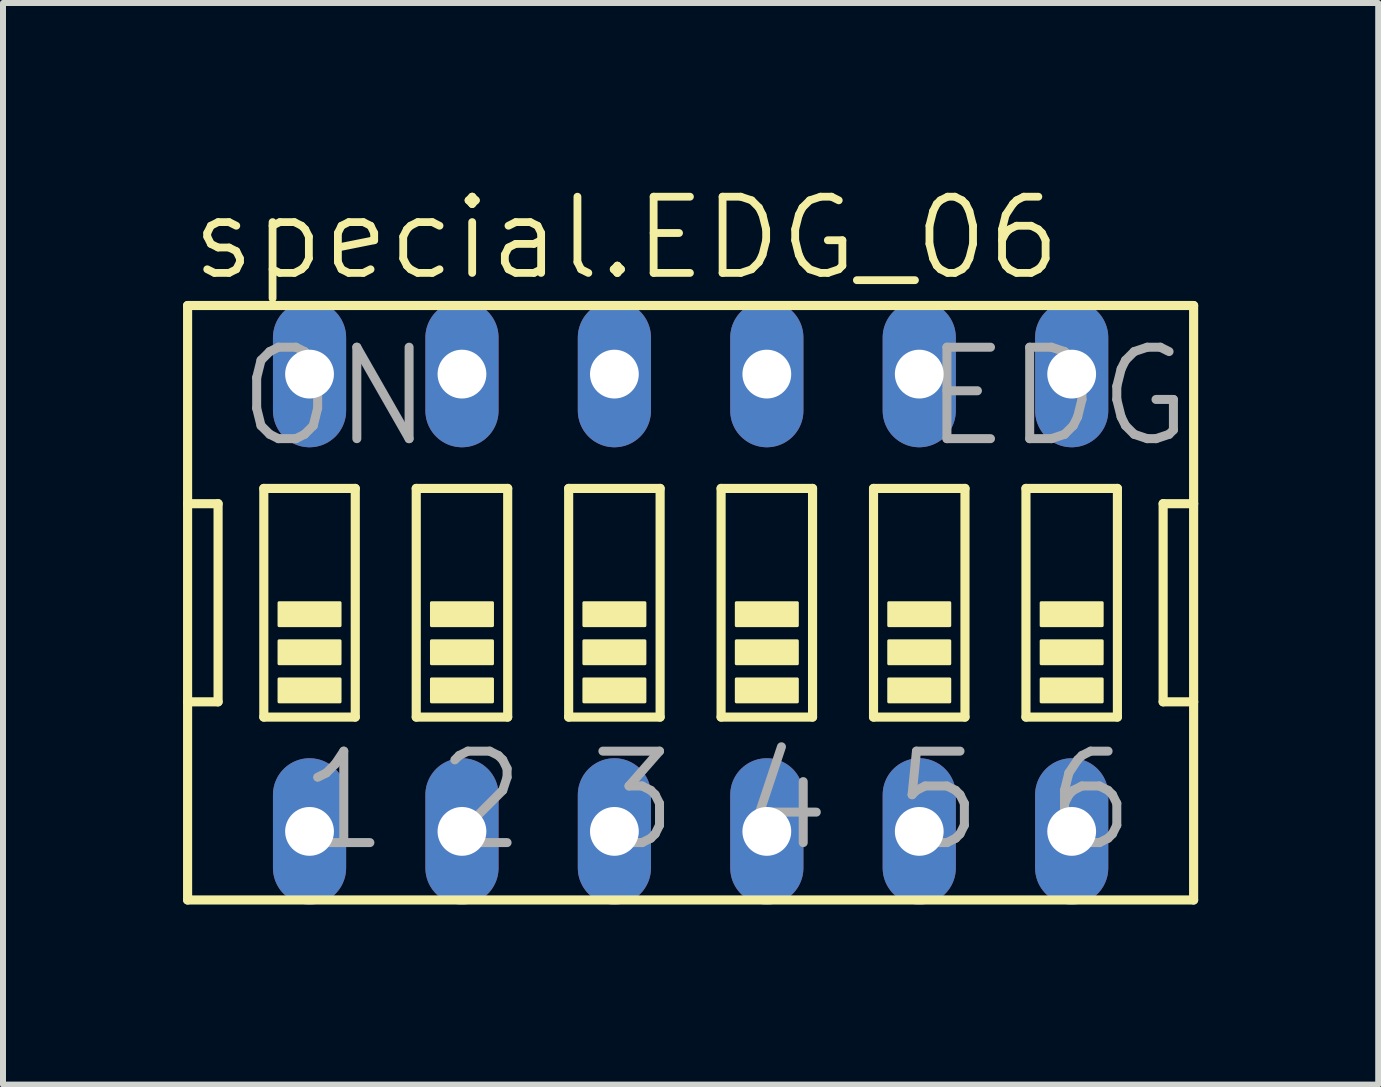
<source format=kicad_pcb>
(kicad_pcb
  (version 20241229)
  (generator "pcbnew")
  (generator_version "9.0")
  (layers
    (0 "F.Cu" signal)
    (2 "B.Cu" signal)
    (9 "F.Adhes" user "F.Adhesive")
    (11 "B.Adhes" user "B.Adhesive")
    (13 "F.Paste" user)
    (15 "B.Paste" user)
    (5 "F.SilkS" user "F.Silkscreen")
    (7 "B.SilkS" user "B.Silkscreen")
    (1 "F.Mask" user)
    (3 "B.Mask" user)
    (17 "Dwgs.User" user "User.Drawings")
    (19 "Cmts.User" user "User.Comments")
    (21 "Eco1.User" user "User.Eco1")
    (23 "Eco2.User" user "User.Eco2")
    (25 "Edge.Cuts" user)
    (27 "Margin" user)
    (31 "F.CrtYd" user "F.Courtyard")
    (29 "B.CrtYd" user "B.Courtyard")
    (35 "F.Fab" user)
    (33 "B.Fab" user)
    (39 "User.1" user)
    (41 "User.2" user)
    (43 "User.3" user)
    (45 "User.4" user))
  (footprint "special.EDG_06"
    (layer "F.Cu")
    (at 8.458 6.994)
    (property "Reference" "special.EDG_06" (at -8.382 -5.334 0) (layer "F.SilkS") (effects (font (size 1.27 1.27) (thickness 0.13)) (justify left bottom)))
    (attr through_hole)
    (fp_line (start -8.382 -4.953) (end -8.382 -1.651) (stroke (width 0.152) (type default)) (layer "F.SilkS"))
    (fp_line (start -8.382 -1.651) (end -8.382 1.651) (stroke (width 0.152) (type default)) (layer "F.SilkS"))
    (fp_line (start -8.382 1.651) (end -8.382 4.953) (stroke (width 0.152) (type default)) (layer "F.SilkS"))
    (fp_line (start -8.382 1.651) (end -7.874 1.651) (stroke (width 0.152) (type default)) (layer "F.SilkS"))
    (fp_line (start -8.382 4.953) (end 8.382 4.953) (stroke (width 0.152) (type default)) (layer "F.SilkS"))
    (fp_line (start -7.874 -1.651) (end -8.382 -1.651) (stroke (width 0.152) (type default)) (layer "F.SilkS"))
    (fp_line (start -7.874 1.651) (end -7.874 -1.651) (stroke (width 0.152) (type default)) (layer "F.SilkS"))
    (fp_line (start -7.112 -1.905) (end -7.112 1.905) (stroke (width 0.152) (type default)) (layer "F.SilkS"))
    (fp_line (start -7.112 -1.905) (end -5.588 -1.905) (stroke (width 0.152) (type default)) (layer "F.SilkS"))
    (fp_line (start -5.588 1.905) (end -7.112 1.905) (stroke (width 0.152) (type default)) (layer "F.SilkS"))
    (fp_line (start -5.588 1.905) (end -5.588 -1.905) (stroke (width 0.152) (type default)) (layer "F.SilkS"))
    (fp_line (start -4.572 -1.905) (end -4.572 1.905) (stroke (width 0.152) (type default)) (layer "F.SilkS"))
    (fp_line (start -4.572 -1.905) (end -3.048 -1.905) (stroke (width 0.152) (type default)) (layer "F.SilkS"))
    (fp_line (start -3.048 1.905) (end -4.572 1.905) (stroke (width 0.152) (type default)) (layer "F.SilkS"))
    (fp_line (start -3.048 1.905) (end -3.048 -1.905) (stroke (width 0.152) (type default)) (layer "F.SilkS"))
    (fp_line (start -2.032 -1.905) (end -2.032 1.905) (stroke (width 0.152) (type default)) (layer "F.SilkS"))
    (fp_line (start -2.032 -1.905) (end -0.508 -1.905) (stroke (width 0.152) (type default)) (layer "F.SilkS"))
    (fp_line (start -0.508 1.905) (end -2.032 1.905) (stroke (width 0.152) (type default)) (layer "F.SilkS"))
    (fp_line (start -0.508 1.905) (end -0.508 -1.905) (stroke (width 0.152) (type default)) (layer "F.SilkS"))
    (fp_line (start 0.508 -1.905) (end 0.508 1.905) (stroke (width 0.152) (type default)) (layer "F.SilkS"))
    (fp_line (start 0.508 -1.905) (end 2.032 -1.905) (stroke (width 0.152) (type default)) (layer "F.SilkS"))
    (fp_line (start 2.032 1.905) (end 0.508 1.905) (stroke (width 0.152) (type default)) (layer "F.SilkS"))
    (fp_line (start 2.032 1.905) (end 2.032 -1.905) (stroke (width 0.152) (type default)) (layer "F.SilkS"))
    (fp_line (start 3.048 -1.905) (end 3.048 1.905) (stroke (width 0.152) (type default)) (layer "F.SilkS"))
    (fp_line (start 3.048 -1.905) (end 4.572 -1.905) (stroke (width 0.152) (type default)) (layer "F.SilkS"))
    (fp_line (start 4.572 1.905) (end 3.048 1.905) (stroke (width 0.152) (type default)) (layer "F.SilkS"))
    (fp_line (start 4.572 1.905) (end 4.572 -1.905) (stroke (width 0.152) (type default)) (layer "F.SilkS"))
    (fp_line (start 5.588 -1.905) (end 5.588 1.905) (stroke (width 0.152) (type default)) (layer "F.SilkS"))
    (fp_line (start 5.588 -1.905) (end 7.112 -1.905) (stroke (width 0.152) (type default)) (layer "F.SilkS"))
    (fp_line (start 7.112 1.905) (end 5.588 1.905) (stroke (width 0.152) (type default)) (layer "F.SilkS"))
    (fp_line (start 7.112 1.905) (end 7.112 -1.905) (stroke (width 0.152) (type default)) (layer "F.SilkS"))
    (fp_line (start 7.874 -1.651) (end 7.874 1.651) (stroke (width 0.152) (type default)) (layer "F.SilkS"))
    (fp_line (start 7.874 1.651) (end 8.382 1.651) (stroke (width 0.152) (type default)) (layer "F.SilkS"))
    (fp_line (start 8.382 -4.953) (end -8.382 -4.953) (stroke (width 0.152) (type default)) (layer "F.SilkS"))
    (fp_line (start 8.382 -1.651) (end 7.874 -1.651) (stroke (width 0.152) (type default)) (layer "F.SilkS"))
    (fp_line (start 8.382 -1.651) (end 8.382 -4.953) (stroke (width 0.152) (type default)) (layer "F.SilkS"))
    (fp_line (start 8.382 1.651) (end 8.382 -1.651) (stroke (width 0.152) (type default)) (layer "F.SilkS"))
    (fp_line (start 8.382 4.953) (end 8.382 1.651) (stroke (width 0.152) (type default)) (layer "F.SilkS"))
    (fp_rect (start -6.858 0.381) (end -5.842 0) (stroke (width 0.05) (type default)) (fill yes) (layer "F.SilkS"))
    (fp_rect (start -6.858 1.016) (end -5.842 0.635) (stroke (width 0.05) (type default)) (fill yes) (layer "F.SilkS"))
    (fp_rect (start -6.858 1.651) (end -5.842 1.27) (stroke (width 0.05) (type default)) (fill yes) (layer "F.SilkS"))
    (fp_rect (start -4.318 0.381) (end -3.302 0) (stroke (width 0.05) (type default)) (fill yes) (layer "F.SilkS"))
    (fp_rect (start -4.318 1.016) (end -3.302 0.635) (stroke (width 0.05) (type default)) (fill yes) (layer "F.SilkS"))
    (fp_rect (start -4.318 1.651) (end -3.302 1.27) (stroke (width 0.05) (type default)) (fill yes) (layer "F.SilkS"))
    (fp_rect (start -1.778 0.381) (end -0.762 0) (stroke (width 0.05) (type default)) (fill yes) (layer "F.SilkS"))
    (fp_rect (start -1.778 1.016) (end -0.762 0.635) (stroke (width 0.05) (type default)) (fill yes) (layer "F.SilkS"))
    (fp_rect (start -1.778 1.651) (end -0.762 1.27) (stroke (width 0.05) (type default)) (fill yes) (layer "F.SilkS"))
    (fp_rect (start 0.762 0.381) (end 1.778 0) (stroke (width 0.05) (type default)) (fill yes) (layer "F.SilkS"))
    (fp_rect (start 0.762 1.016) (end 1.778 0.635) (stroke (width 0.05) (type default)) (fill yes) (layer "F.SilkS"))
    (fp_rect (start 0.762 1.651) (end 1.778 1.27) (stroke (width 0.05) (type default)) (fill yes) (layer "F.SilkS"))
    (fp_rect (start 3.302 0.381) (end 4.318 0) (stroke (width 0.05) (type default)) (fill yes) (layer "F.SilkS"))
    (fp_rect (start 3.302 1.016) (end 4.318 0.635) (stroke (width 0.05) (type default)) (fill yes) (layer "F.SilkS"))
    (fp_rect (start 3.302 1.651) (end 4.318 1.27) (stroke (width 0.05) (type default)) (fill yes) (layer "F.SilkS"))
    (fp_rect (start 5.842 0.381) (end 6.858 0) (stroke (width 0.05) (type default)) (fill yes) (layer "F.SilkS"))
    (fp_rect (start 5.842 1.016) (end 6.858 0.635) (stroke (width 0.05) (type default)) (fill yes) (layer "F.SilkS"))
    (fp_rect (start 5.842 1.651) (end 6.858 1.27) (stroke (width 0.05) (type default)) (fill yes) (layer "F.SilkS"))
    (fp_text user "3" (at -1.778 4.191 0) (layer "F.Fab") (effects (font (size 1.524 1.524) (thickness 0.15)) (justify left bottom)))
    (fp_text user "2" (at -4.318 4.191 0) (layer "F.Fab") (effects (font (size 1.524 1.524) (thickness 0.15)) (justify left bottom)))
    (fp_text user "ON" (at -7.62 -2.54 0) (layer "F.Fab") (effects (font (size 1.524 1.524) (thickness 0.15)) (justify left bottom)))
    (fp_text user "1" (at -6.604 4.191 0) (layer "F.Fab") (effects (font (size 1.524 1.524) (thickness 0.15)) (justify left bottom)))
    (fp_text user "EDG" (at 3.81 -2.54 0) (layer "F.Fab") (effects (font (size 1.524 1.524) (thickness 0.15)) (justify left bottom)))
    (fp_text user "5" (at 3.302 4.191 0) (layer "F.Fab") (effects (font (size 1.524 1.524) (thickness 0.15)) (justify left bottom)))
    (fp_text user "6" (at 5.842 4.191 0) (layer "F.Fab") (effects (font (size 1.524 1.524) (thickness 0.15)) (justify left bottom)))
    (fp_text user "4" (at 0.762 4.191 0) (layer "F.Fab") (effects (font (size 1.524 1.524) (thickness 0.15)) (justify left bottom)))
    (pad "1" thru_hole oval (at -6.35 3.81 90) (size 2.438 1.219) (drill 0.813) (layers "*.Cu" "*.Mask"))
    (pad "2" thru_hole oval (at -3.81 3.81 90) (size 2.438 1.219) (drill 0.813) (layers "*.Cu" "*.Mask"))
    (pad "3" thru_hole oval (at -1.27 3.81 90) (size 2.438 1.219) (drill 0.813) (layers "*.Cu" "*.Mask"))
    (pad "4" thru_hole oval (at 1.27 3.81 90) (size 2.438 1.219) (drill 0.813) (layers "*.Cu" "*.Mask"))
    (pad "5" thru_hole oval (at 3.81 3.81 90) (size 2.438 1.219) (drill 0.813) (layers "*.Cu" "*.Mask"))
    (pad "6" thru_hole oval (at 6.35 3.81 90) (size 2.438 1.219) (drill 0.813) (layers "*.Cu" "*.Mask"))
    (pad "7" thru_hole oval (at 6.35 -3.81 90) (size 2.438 1.219) (drill 0.813) (layers "*.Cu" "*.Mask"))
    (pad "8" thru_hole oval (at 3.81 -3.81 90) (size 2.438 1.219) (drill 0.813) (layers "*.Cu" "*.Mask"))
    (pad "9" thru_hole oval (at 1.27 -3.81 90) (size 2.438 1.219) (drill 0.813) (layers "*.Cu" "*.Mask"))
    (pad "10" thru_hole oval (at -1.27 -3.81 90) (size 2.438 1.219) (drill 0.813) (layers "*.Cu" "*.Mask"))
    (pad "11" thru_hole oval (at -3.81 -3.81 90) (size 2.438 1.219) (drill 0.813) (layers "*.Cu" "*.Mask"))
    (pad "12" thru_hole oval (at -6.35 -3.81 90) (size 2.438 1.219) (drill 0.813) (layers "*.Cu" "*.Mask")))
  (gr_rect
    (start -3 -3)
    (end 19.916 15.023)
    (stroke (width 0.1) (type default))
    (fill no)
    (layer "Edge.Cuts")))
</source>
